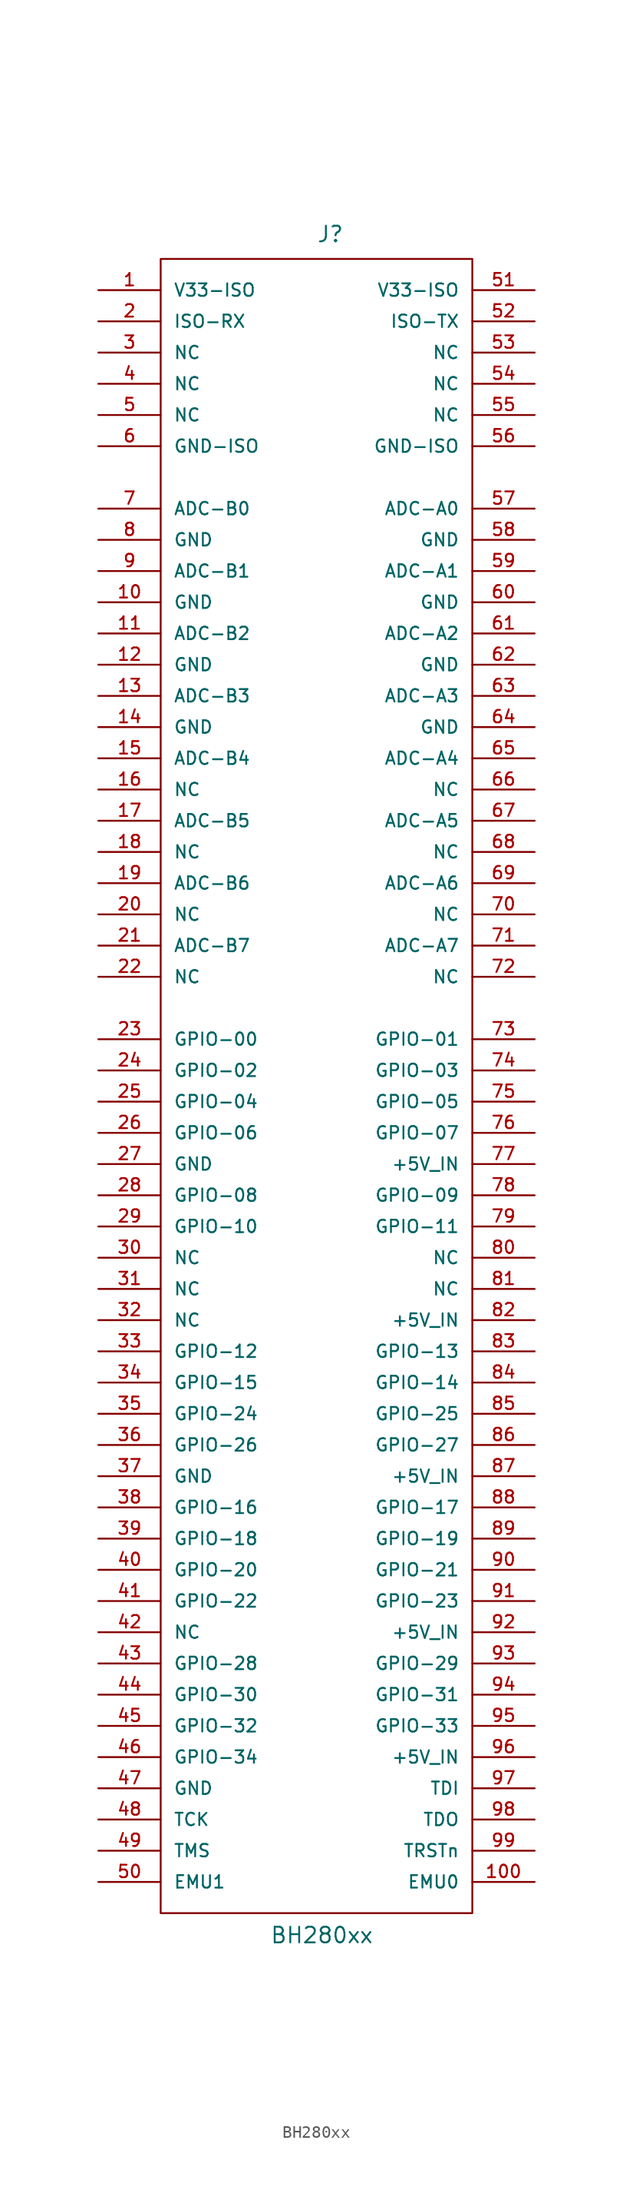
<source format=kicad_sym>
(kicad_symbol_lib
  (version 20211014)
  (generator kicad_symbol_editor)
  (symbol "BH280xx"
    (pin_names
      (offset 1.016))
    (property "Reference" "J"
      (at 0 67.31 0)
      (effects (font (size 1.27 1.27)) (justify left bottom)))
    (property "Value" "BH280xx"
      (at -3.81 -71.12 0)
      (effects (font (size 1.27 1.27)) (justify left bottom)))
    (property "ki_locked" ""
      (at 0 0 0)
      (effects (font (size 1.27 1.27))))
    (symbol "BH280xx_0_0"
      (pin passive line (at -17.78 63.5 0) (length 5.08) (name "V33-ISO" (effects (font (size 1.016 1.016)))) (number "1" (effects (font (size 1.016 1.016)))))
      (pin passive line (at -17.78 38.1 0) (length 5.08) (name "GND" (effects (font (size 1.016 1.016)))) (number "10" (effects (font (size 1.016 1.016)))))
      (pin passive line (at 17.78 -66.04 180) (length 5.08) (name "EMU0" (effects (font (size 1.016 1.016)))) (number "100" (effects (font (size 1.016 1.016)))))
      (pin passive line (at -17.78 35.56 0) (length 5.08) (name "ADC-B2" (effects (font (size 1.016 1.016)))) (number "11" (effects (font (size 1.016 1.016)))))
      (pin passive line (at -17.78 33.02 0) (length 5.08) (name "GND" (effects (font (size 1.016 1.016)))) (number "12" (effects (font (size 1.016 1.016)))))
      (pin passive line (at -17.78 30.48 0) (length 5.08) (name "ADC-B3" (effects (font (size 1.016 1.016)))) (number "13" (effects (font (size 1.016 1.016)))))
      (pin passive line (at -17.78 27.94 0) (length 5.08) (name "GND" (effects (font (size 1.016 1.016)))) (number "14" (effects (font (size 1.016 1.016)))))
      (pin passive line (at -17.78 25.4 0) (length 5.08) (name "ADC-B4" (effects (font (size 1.016 1.016)))) (number "15" (effects (font (size 1.016 1.016)))))
      (pin passive line (at -17.78 22.86 0) (length 5.08) (name "NC" (effects (font (size 1.016 1.016)))) (number "16" (effects (font (size 1.016 1.016)))))
      (pin passive line (at -17.78 20.32 0) (length 5.08) (name "ADC-B5" (effects (font (size 1.016 1.016)))) (number "17" (effects (font (size 1.016 1.016)))))
      (pin passive line (at -17.78 17.78 0) (length 5.08) (name "NC" (effects (font (size 1.016 1.016)))) (number "18" (effects (font (size 1.016 1.016)))))
      (pin passive line (at -17.78 15.24 0) (length 5.08) (name "ADC-B6" (effects (font (size 1.016 1.016)))) (number "19" (effects (font (size 1.016 1.016)))))
      (pin passive line (at -17.78 60.96 0) (length 5.08) (name "ISO-RX" (effects (font (size 1.016 1.016)))) (number "2" (effects (font (size 1.016 1.016)))))
      (pin passive line (at -17.78 12.7 0) (length 5.08) (name "NC" (effects (font (size 1.016 1.016)))) (number "20" (effects (font (size 1.016 1.016)))))
      (pin passive line (at -17.78 10.16 0) (length 5.08) (name "ADC-B7" (effects (font (size 1.016 1.016)))) (number "21" (effects (font (size 1.016 1.016)))))
      (pin passive line (at -17.78 7.62 0) (length 5.08) (name "NC" (effects (font (size 1.016 1.016)))) (number "22" (effects (font (size 1.016 1.016)))))
      (pin passive line (at -17.78 2.54 0) (length 5.08) (name "GPIO-00" (effects (font (size 1.016 1.016)))) (number "23" (effects (font (size 1.016 1.016)))))
      (pin passive line (at -17.78 0 0) (length 5.08) (name "GPIO-02" (effects (font (size 1.016 1.016)))) (number "24" (effects (font (size 1.016 1.016)))))
      (pin passive line (at -17.78 -2.54 0) (length 5.08) (name "GPIO-04" (effects (font (size 1.016 1.016)))) (number "25" (effects (font (size 1.016 1.016)))))
      (pin passive line (at -17.78 -5.08 0) (length 5.08) (name "GPIO-06" (effects (font (size 1.016 1.016)))) (number "26" (effects (font (size 1.016 1.016)))))
      (pin passive line (at -17.78 -7.62 0) (length 5.08) (name "GND" (effects (font (size 1.016 1.016)))) (number "27" (effects (font (size 1.016 1.016)))))
      (pin passive line (at -17.78 -10.16 0) (length 5.08) (name "GPIO-08" (effects (font (size 1.016 1.016)))) (number "28" (effects (font (size 1.016 1.016)))))
      (pin passive line (at -17.78 -12.7 0) (length 5.08) (name "GPIO-10" (effects (font (size 1.016 1.016)))) (number "29" (effects (font (size 1.016 1.016)))))
      (pin passive line (at -17.78 58.42 0) (length 5.08) (name "NC" (effects (font (size 1.016 1.016)))) (number "3" (effects (font (size 1.016 1.016)))))
      (pin passive line (at -17.78 -15.24 0) (length 5.08) (name "NC" (effects (font (size 1.016 1.016)))) (number "30" (effects (font (size 1.016 1.016)))))
      (pin passive line (at -17.78 -17.78 0) (length 5.08) (name "NC" (effects (font (size 1.016 1.016)))) (number "31" (effects (font (size 1.016 1.016)))))
      (pin passive line (at -17.78 -20.32 0) (length 5.08) (name "NC" (effects (font (size 1.016 1.016)))) (number "32" (effects (font (size 1.016 1.016)))))
      (pin passive line (at -17.78 -22.86 0) (length 5.08) (name "GPIO-12" (effects (font (size 1.016 1.016)))) (number "33" (effects (font (size 1.016 1.016)))))
      (pin passive line (at -17.78 -25.4 0) (length 5.08) (name "GPIO-15" (effects (font (size 1.016 1.016)))) (number "34" (effects (font (size 1.016 1.016)))))
      (pin passive line (at -17.78 -27.94 0) (length 5.08) (name "GPIO-24" (effects (font (size 1.016 1.016)))) (number "35" (effects (font (size 1.016 1.016)))))
      (pin passive line (at -17.78 -30.48 0) (length 5.08) (name "GPIO-26" (effects (font (size 1.016 1.016)))) (number "36" (effects (font (size 1.016 1.016)))))
      (pin passive line (at -17.78 -33.02 0) (length 5.08) (name "GND" (effects (font (size 1.016 1.016)))) (number "37" (effects (font (size 1.016 1.016)))))
      (pin passive line (at -17.78 -35.56 0) (length 5.08) (name "GPIO-16" (effects (font (size 1.016 1.016)))) (number "38" (effects (font (size 1.016 1.016)))))
      (pin passive line (at -17.78 -38.1 0) (length 5.08) (name "GPIO-18" (effects (font (size 1.016 1.016)))) (number "39" (effects (font (size 1.016 1.016)))))
      (pin passive line (at -17.78 55.88 0) (length 5.08) (name "NC" (effects (font (size 1.016 1.016)))) (number "4" (effects (font (size 1.016 1.016)))))
      (pin passive line (at -17.78 -40.64 0) (length 5.08) (name "GPIO-20" (effects (font (size 1.016 1.016)))) (number "40" (effects (font (size 1.016 1.016)))))
      (pin passive line (at -17.78 -43.18 0) (length 5.08) (name "GPIO-22" (effects (font (size 1.016 1.016)))) (number "41" (effects (font (size 1.016 1.016)))))
      (pin passive line (at -17.78 -45.72 0) (length 5.08) (name "NC" (effects (font (size 1.016 1.016)))) (number "42" (effects (font (size 1.016 1.016)))))
      (pin passive line (at -17.78 -48.26 0) (length 5.08) (name "GPIO-28" (effects (font (size 1.016 1.016)))) (number "43" (effects (font (size 1.016 1.016)))))
      (pin passive line (at -17.78 -50.8 0) (length 5.08) (name "GPIO-30" (effects (font (size 1.016 1.016)))) (number "44" (effects (font (size 1.016 1.016)))))
      (pin passive line (at -17.78 -53.34 0) (length 5.08) (name "GPIO-32" (effects (font (size 1.016 1.016)))) (number "45" (effects (font (size 1.016 1.016)))))
      (pin passive line (at -17.78 -55.88 0) (length 5.08) (name "GPIO-34" (effects (font (size 1.016 1.016)))) (number "46" (effects (font (size 1.016 1.016)))))
      (pin passive line (at -17.78 -58.42 0) (length 5.08) (name "GND" (effects (font (size 1.016 1.016)))) (number "47" (effects (font (size 1.016 1.016)))))
      (pin passive line (at -17.78 -60.96 0) (length 5.08) (name "TCK" (effects (font (size 1.016 1.016)))) (number "48" (effects (font (size 1.016 1.016)))))
      (pin passive line (at -17.78 -63.5 0) (length 5.08) (name "TMS" (effects (font (size 1.016 1.016)))) (number "49" (effects (font (size 1.016 1.016)))))
      (pin passive line (at -17.78 53.34 0) (length 5.08) (name "NC" (effects (font (size 1.016 1.016)))) (number "5" (effects (font (size 1.016 1.016)))))
      (pin passive line (at -17.78 -66.04 0) (length 5.08) (name "EMU1" (effects (font (size 1.016 1.016)))) (number "50" (effects (font (size 1.016 1.016)))))
      (pin passive line (at 17.78 63.5 180) (length 5.08) (name "V33-ISO" (effects (font (size 1.016 1.016)))) (number "51" (effects (font (size 1.016 1.016)))))
      (pin passive line (at 17.78 60.96 180) (length 5.08) (name "ISO-TX" (effects (font (size 1.016 1.016)))) (number "52" (effects (font (size 1.016 1.016)))))
      (pin passive line (at 17.78 58.42 180) (length 5.08) (name "NC" (effects (font (size 1.016 1.016)))) (number "53" (effects (font (size 1.016 1.016)))))
      (pin passive line (at 17.78 55.88 180) (length 5.08) (name "NC" (effects (font (size 1.016 1.016)))) (number "54" (effects (font (size 1.016 1.016)))))
      (pin passive line (at 17.78 50.8 180) (length 5.08) (name "GND-ISO" (effects (font (size 1.016 1.016)))) (number "56" (effects (font (size 1.016 1.016)))))
      (pin passive line (at 17.78 43.18 180) (length 5.08) (name "GND" (effects (font (size 1.016 1.016)))) (number "58" (effects (font (size 1.016 1.016)))))
      (pin passive line (at -17.78 50.8 0) (length 5.08) (name "GND-ISO" (effects (font (size 1.016 1.016)))) (number "6" (effects (font (size 1.016 1.016)))))
      (pin passive line (at 17.78 38.1 180) (length 5.08) (name "GND" (effects (font (size 1.016 1.016)))) (number "60" (effects (font (size 1.016 1.016)))))
      (pin passive line (at 17.78 33.02 180) (length 5.08) (name "GND" (effects (font (size 1.016 1.016)))) (number "62" (effects (font (size 1.016 1.016)))))
      (pin passive line (at 17.78 27.94 180) (length 5.08) (name "GND" (effects (font (size 1.016 1.016)))) (number "64" (effects (font (size 1.016 1.016)))))
      (pin passive line (at 17.78 22.86 180) (length 5.08) (name "NC" (effects (font (size 1.016 1.016)))) (number "66" (effects (font (size 1.016 1.016)))))
      (pin passive line (at 17.78 17.78 180) (length 5.08) (name "NC" (effects (font (size 1.016 1.016)))) (number "68" (effects (font (size 1.016 1.016)))))
      (pin passive line (at -17.78 45.72 0) (length 5.08) (name "ADC-B0" (effects (font (size 1.016 1.016)))) (number "7" (effects (font (size 1.016 1.016)))))
      (pin passive line (at 17.78 12.7 180) (length 5.08) (name "NC" (effects (font (size 1.016 1.016)))) (number "70" (effects (font (size 1.016 1.016)))))
      (pin passive line (at 17.78 7.62 180) (length 5.08) (name "NC" (effects (font (size 1.016 1.016)))) (number "72" (effects (font (size 1.016 1.016)))))
      (pin passive line (at 17.78 0 180) (length 5.08) (name "GPIO-03" (effects (font (size 1.016 1.016)))) (number "74" (effects (font (size 1.016 1.016)))))
      (pin passive line (at 17.78 -5.08 180) (length 5.08) (name "GPIO-07" (effects (font (size 1.016 1.016)))) (number "76" (effects (font (size 1.016 1.016)))))
      (pin passive line (at 17.78 -10.16 180) (length 5.08) (name "GPIO-09" (effects (font (size 1.016 1.016)))) (number "78" (effects (font (size 1.016 1.016)))))
      (pin passive line (at -17.78 43.18 0) (length 5.08) (name "GND" (effects (font (size 1.016 1.016)))) (number "8" (effects (font (size 1.016 1.016)))))
      (pin passive line (at 17.78 -15.24 180) (length 5.08) (name "NC" (effects (font (size 1.016 1.016)))) (number "80" (effects (font (size 1.016 1.016)))))
      (pin passive line (at 17.78 -20.32 180) (length 5.08) (name "+5V_IN" (effects (font (size 1.016 1.016)))) (number "82" (effects (font (size 1.016 1.016)))))
      (pin passive line (at 17.78 -25.4 180) (length 5.08) (name "GPIO-14" (effects (font (size 1.016 1.016)))) (number "84" (effects (font (size 1.016 1.016)))))
      (pin passive line (at 17.78 -30.48 180) (length 5.08) (name "GPIO-27" (effects (font (size 1.016 1.016)))) (number "86" (effects (font (size 1.016 1.016)))))
      (pin passive line (at 17.78 -35.56 180) (length 5.08) (name "GPIO-17" (effects (font (size 1.016 1.016)))) (number "88" (effects (font (size 1.016 1.016)))))
      (pin passive line (at -17.78 40.64 0) (length 5.08) (name "ADC-B1" (effects (font (size 1.016 1.016)))) (number "9" (effects (font (size 1.016 1.016)))))
      (pin passive line (at 17.78 -40.64 180) (length 5.08) (name "GPIO-21" (effects (font (size 1.016 1.016)))) (number "90" (effects (font (size 1.016 1.016)))))
      (pin passive line (at 17.78 -45.72 180) (length 5.08) (name "+5V_IN" (effects (font (size 1.016 1.016)))) (number "92" (effects (font (size 1.016 1.016)))))
      (pin passive line (at 17.78 -50.8 180) (length 5.08) (name "GPIO-31" (effects (font (size 1.016 1.016)))) (number "94" (effects (font (size 1.016 1.016)))))
      (pin passive line (at 17.78 -55.88 180) (length 5.08) (name "+5V_IN" (effects (font (size 1.016 1.016)))) (number "96" (effects (font (size 1.016 1.016)))))
      (pin passive line (at 17.78 -60.96 180) (length 5.08) (name "TDO" (effects (font (size 1.016 1.016)))) (number "98" (effects (font (size 1.016 1.016))))))
    (symbol "BH280xx_0_1"
      (rectangle (start -12.7 66.04) (end 12.7 -68.58) (stroke (width 0) (type default) (color 0 0 0 0)) (fill (type none))))
    (symbol "BH280xx_1_0"
      (pin passive line (at 17.78 53.34 180) (length 5.08) (name "NC" (effects (font (size 1.016 1.016)))) (number "55" (effects (font (size 1.016 1.016)))))
      (pin passive line (at 17.78 45.72 180) (length 5.08) (name "ADC-A0" (effects (font (size 1.016 1.016)))) (number "57" (effects (font (size 1.016 1.016)))))
      (pin passive line (at 17.78 40.64 180) (length 5.08) (name "ADC-A1" (effects (font (size 1.016 1.016)))) (number "59" (effects (font (size 1.016 1.016)))))
      (pin passive line (at 17.78 35.56 180) (length 5.08) (name "ADC-A2" (effects (font (size 1.016 1.016)))) (number "61" (effects (font (size 1.016 1.016)))))
      (pin passive line (at 17.78 30.48 180) (length 5.08) (name "ADC-A3" (effects (font (size 1.016 1.016)))) (number "63" (effects (font (size 1.016 1.016)))))
      (pin passive line (at 17.78 25.4 180) (length 5.08) (name "ADC-A4" (effects (font (size 1.016 1.016)))) (number "65" (effects (font (size 1.016 1.016)))))
      (pin passive line (at 17.78 20.32 180) (length 5.08) (name "ADC-A5" (effects (font (size 1.016 1.016)))) (number "67" (effects (font (size 1.016 1.016)))))
      (pin passive line (at 17.78 15.24 180) (length 5.08) (name "ADC-A6" (effects (font (size 1.016 1.016)))) (number "69" (effects (font (size 1.016 1.016)))))
      (pin passive line (at 17.78 10.16 180) (length 5.08) (name "ADC-A7" (effects (font (size 1.016 1.016)))) (number "71" (effects (font (size 1.016 1.016)))))
      (pin passive line (at 17.78 2.54 180) (length 5.08) (name "GPIO-01" (effects (font (size 1.016 1.016)))) (number "73" (effects (font (size 1.016 1.016)))))
      (pin passive line (at 17.78 -2.54 180) (length 5.08) (name "GPIO-05" (effects (font (size 1.016 1.016)))) (number "75" (effects (font (size 1.016 1.016)))))
      (pin passive line (at 17.78 -7.62 180) (length 5.08) (name "+5V_IN" (effects (font (size 1.016 1.016)))) (number "77" (effects (font (size 1.016 1.016)))))
      (pin passive line (at 17.78 -12.7 180) (length 5.08) (name "GPIO-11" (effects (font (size 1.016 1.016)))) (number "79" (effects (font (size 1.016 1.016)))))
      (pin passive line (at 17.78 -17.78 180) (length 5.08) (name "NC" (effects (font (size 1.016 1.016)))) (number "81" (effects (font (size 1.016 1.016)))))
      (pin passive line (at 17.78 -22.86 180) (length 5.08) (name "GPIO-13" (effects (font (size 1.016 1.016)))) (number "83" (effects (font (size 1.016 1.016)))))
      (pin passive line (at 17.78 -27.94 180) (length 5.08) (name "GPIO-25" (effects (font (size 1.016 1.016)))) (number "85" (effects (font (size 1.016 1.016)))))
      (pin passive line (at 17.78 -33.02 180) (length 5.08) (name "+5V_IN" (effects (font (size 1.016 1.016)))) (number "87" (effects (font (size 1.016 1.016)))))
      (pin passive line (at 17.78 -38.1 180) (length 5.08) (name "GPIO-19" (effects (font (size 1.016 1.016)))) (number "89" (effects (font (size 1.016 1.016)))))
      (pin passive line (at 17.78 -43.18 180) (length 5.08) (name "GPIO-23" (effects (font (size 1.016 1.016)))) (number "91" (effects (font (size 1.016 1.016)))))
      (pin passive line (at 17.78 -48.26 180) (length 5.08) (name "GPIO-29" (effects (font (size 1.016 1.016)))) (number "93" (effects (font (size 1.016 1.016)))))
      (pin passive line (at 17.78 -53.34 180) (length 5.08) (name "GPIO-33" (effects (font (size 1.016 1.016)))) (number "95" (effects (font (size 1.016 1.016)))))
      (pin passive line (at 17.78 -58.42 180) (length 5.08) (name "TDI" (effects (font (size 1.016 1.016)))) (number "97" (effects (font (size 1.016 1.016)))))
      (pin passive line (at 17.78 -63.5 180) (length 5.08) (name "TRSTn" (effects (font (size 1.016 1.016)))) (number "99" (effects (font (size 1.016 1.016))))))))
</source>
